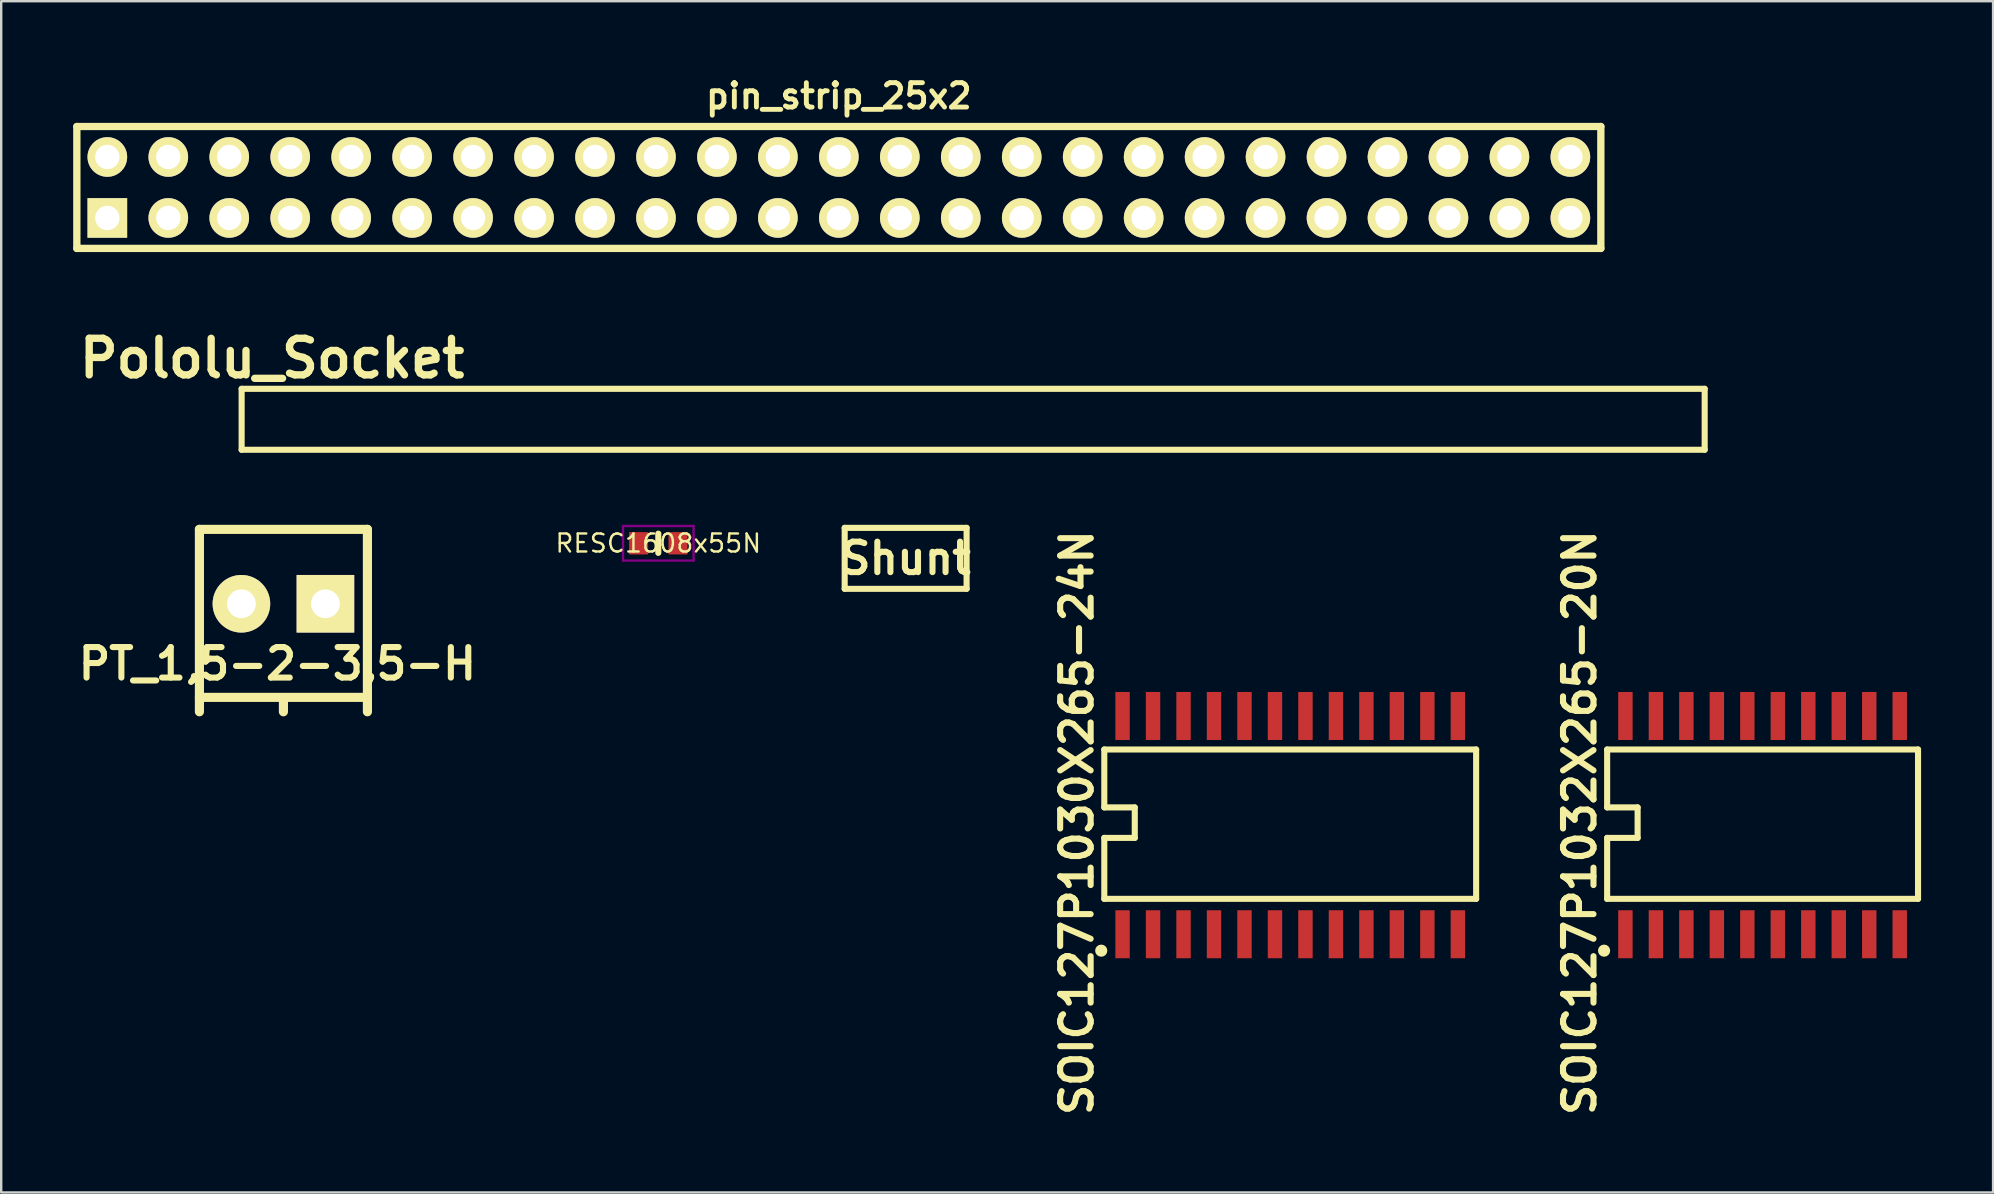
<source format=kicad_pcb>
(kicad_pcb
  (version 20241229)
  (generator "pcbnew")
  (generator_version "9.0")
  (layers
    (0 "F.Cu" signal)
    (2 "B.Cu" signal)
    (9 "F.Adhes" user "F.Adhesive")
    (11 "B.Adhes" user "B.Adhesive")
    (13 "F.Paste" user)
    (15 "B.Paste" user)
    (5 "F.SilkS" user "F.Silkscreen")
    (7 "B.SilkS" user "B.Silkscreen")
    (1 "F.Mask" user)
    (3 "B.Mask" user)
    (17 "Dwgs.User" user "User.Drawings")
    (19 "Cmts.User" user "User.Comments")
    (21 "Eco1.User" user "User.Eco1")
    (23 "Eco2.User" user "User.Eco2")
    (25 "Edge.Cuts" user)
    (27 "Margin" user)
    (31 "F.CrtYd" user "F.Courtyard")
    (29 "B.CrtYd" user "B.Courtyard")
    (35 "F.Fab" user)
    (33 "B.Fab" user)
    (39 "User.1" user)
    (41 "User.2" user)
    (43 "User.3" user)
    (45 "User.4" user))
  (footprint "SOIC127P1032X265-20N"
    (layer "F.Cu")
    (at 70.391 31.227)
    (property "Reference" "SOIC127P1032X265-20N" (at -7.62 0 90) (layer "F.SilkS") (effects (font (size 1.27 1.27) (thickness 0.254))))
    (attr smd)
    (fp_line (start -6.477 -3.048) (end 6.477 -3.048) (stroke (width 0.254) (type solid)) (layer "F.SilkS"))
    (fp_line (start -6.477 -0.635) (end -6.477 -3.048) (stroke (width 0.254) (type solid)) (layer "F.SilkS"))
    (fp_line (start -6.477 0.635) (end -5.207 0.635) (stroke (width 0.254) (type solid)) (layer "F.SilkS"))
    (fp_line (start -6.477 3.175) (end -6.477 0.635) (stroke (width 0.254) (type solid)) (layer "F.SilkS"))
    (fp_line (start -5.207 -0.635) (end -6.477 -0.635) (stroke (width 0.254) (type solid)) (layer "F.SilkS"))
    (fp_line (start -5.207 0.635) (end -5.207 -0.635) (stroke (width 0.254) (type solid)) (layer "F.SilkS"))
    (fp_line (start 6.477 -3.048) (end 6.477 3.175) (stroke (width 0.254) (type solid)) (layer "F.SilkS"))
    (fp_line (start 6.477 3.175) (end -6.477 3.175) (stroke (width 0.254) (type solid)) (layer "F.SilkS"))
    (fp_circle (center -6.604 5.334) (end -6.477 5.334) (stroke (width 0.254) (type solid)) (fill no) (layer "F.SilkS"))
    (pad "1" smd rect (at -5.715 4.65) (size 0.6 2) (layers "F.Cu" "F.Mask" "F.Paste"))
    (pad "2" smd rect (at -4.445 4.65) (size 0.6 2) (layers "F.Cu" "F.Mask" "F.Paste"))
    (pad "3" smd rect (at -3.175 4.65) (size 0.6 2) (layers "F.Cu" "F.Mask" "F.Paste"))
    (pad "4" smd rect (at -1.905 4.65) (size 0.6 2) (layers "F.Cu" "F.Mask" "F.Paste"))
    (pad "5" smd rect (at -0.635 4.65) (size 0.6 2) (layers "F.Cu" "F.Mask" "F.Paste"))
    (pad "6" smd rect (at 0.635 4.65) (size 0.6 2) (layers "F.Cu" "F.Mask" "F.Paste"))
    (pad "7" smd rect (at 1.905 4.65) (size 0.6 2) (layers "F.Cu" "F.Mask" "F.Paste"))
    (pad "8" smd rect (at 3.175 4.65) (size 0.6 2) (layers "F.Cu" "F.Mask" "F.Paste"))
    (pad "9" smd rect (at 4.445 4.65) (size 0.6 2) (layers "F.Cu" "F.Mask" "F.Paste"))
    (pad "10" smd rect (at 5.715 4.65) (size 0.6 2) (layers "F.Cu" "F.Mask" "F.Paste"))
    (pad "11" smd rect (at 5.715 -4.445) (size 0.6 2) (layers "F.Cu" "F.Mask" "F.Paste"))
    (pad "12" smd rect (at 4.445 -4.445) (size 0.6 2) (layers "F.Cu" "F.Mask" "F.Paste"))
    (pad "13" smd rect (at 3.175 -4.445) (size 0.6 2) (layers "F.Cu" "F.Mask" "F.Paste"))
    (pad "14" smd rect (at 1.905 -4.445) (size 0.6 2) (layers "F.Cu" "F.Mask" "F.Paste"))
    (pad "15" smd rect (at 0.635 -4.445) (size 0.6 2) (layers "F.Cu" "F.Mask" "F.Paste"))
    (pad "16" smd rect (at -0.635 -4.445) (size 0.6 2) (layers "F.Cu" "F.Mask" "F.Paste"))
    (pad "17" smd rect (at -1.905 -4.445) (size 0.6 2) (layers "F.Cu" "F.Mask" "F.Paste"))
    (pad "18" smd rect (at -3.175 -4.445) (size 0.6 2) (layers "F.Cu" "F.Mask" "F.Paste"))
    (pad "19" smd rect (at -4.445 -4.445) (size 0.6 2) (layers "F.Cu" "F.Mask" "F.Paste"))
    (pad "20" smd rect (at -5.715 -4.445) (size 0.6 2) (layers "F.Cu" "F.Mask" "F.Paste")))
  (footprint "Shunt"
    (layer "F.Cu")
    (at 34.685 20.214)
    (property "Reference" "Shunt" (at 0 0 0) (layer "F.SilkS") (effects (font (size 1.27 1.27) (thickness 0.254))))
    (attr through_hole)
    (fp_line (start -2.54 -1.27) (end 2.54 -1.27) (stroke (width 0.254) (type solid)) (layer "F.SilkS"))
    (fp_line (start -2.54 1.27) (end -2.54 -1.27) (stroke (width 0.254) (type solid)) (layer "F.SilkS"))
    (fp_line (start 2.54 -1.27) (end 2.54 1.27) (stroke (width 0.254) (type solid)) (layer "F.SilkS"))
    (fp_line (start 2.54 1.27) (end -2.54 1.27) (stroke (width 0.254) (type solid)) (layer "F.SilkS")))
  (footprint "PT_1,5-2-3,5-H"
    (layer "F.Cu")
    (at 10.509 22.107)
    (property "Reference" "PT_1,5-2-3,5-H" (at -2 2.5 0) (layer "F.SilkS") (effects (font (size 1.27 1.27) (thickness 0.254))))
    (attr through_hole)
    (fp_line (start -5.25 -3.1) (end -5.25 4.5) (stroke (width 0.381) (type solid)) (layer "F.SilkS"))
    (fp_line (start -5.25 3.9) (end 1.75 3.9) (stroke (width 0.381) (type solid)) (layer "F.SilkS"))
    (fp_line (start -1.75 4.1) (end -1.75 4.5) (stroke (width 0.381) (type solid)) (layer "F.SilkS"))
    (fp_line (start 1.75 -3.1) (end -5.25 -3.1) (stroke (width 0.381) (type solid)) (layer "F.SilkS"))
    (fp_line (start 1.75 4.5) (end 1.75 -3.1) (stroke (width 0.381) (type solid)) (layer "F.SilkS"))
    (pad "1" thru_hole rect (at 0 0) (size 2.4 2.4) (drill 1.2) (layers "*.Cu" "*.Mask" "F.SilkS"))
    (pad "2" thru_hole circle (at -3.5 0) (size 2.4 2.4) (drill 1.2) (layers "*.Cu" "*.Mask" "F.SilkS")))
  (footprint "pin_strip_25x2"
    (layer "F.Cu")
    (at 31.902 4.761)
    (property "Reference" "pin_strip_25x2" (at 0 -3.81 0) (layer "F.SilkS") (effects (font (size 1.016 1.016) (thickness 0.203))))
    (attr through_hole)
    (fp_line (start -31.75 -2.54) (end -31.75 2.54) (stroke (width 0.305) (type solid)) (layer "F.SilkS"))
    (fp_line (start -31.75 -2.54) (end 31.75 -2.54) (stroke (width 0.305) (type solid)) (layer "F.SilkS"))
    (fp_line (start 31.75 -2.54) (end 31.75 2.54) (stroke (width 0.305) (type solid)) (layer "F.SilkS"))
    (fp_line (start 31.75 2.54) (end -31.75 2.54) (stroke (width 0.305) (type solid)) (layer "F.SilkS"))
    (pad "1" thru_hole rect (at -30.48 1.27) (size 1.651 1.651) (drill 1.016) (layers "*.Cu" "*.Mask" "F.SilkS"))
    (pad "2" thru_hole circle (at -30.48 -1.27) (size 1.651 1.651) (drill 1.016) (layers "*.Cu" "*.Mask" "F.SilkS"))
    (pad "3" thru_hole circle (at -27.94 1.27) (size 1.651 1.651) (drill 1.016) (layers "*.Cu" "*.Mask" "F.SilkS"))
    (pad "4" thru_hole circle (at -27.94 -1.27) (size 1.651 1.651) (drill 1.016) (layers "*.Cu" "*.Mask" "F.SilkS"))
    (pad "5" thru_hole circle (at -25.4 1.27) (size 1.651 1.651) (drill 1.016) (layers "*.Cu" "*.Mask" "F.SilkS"))
    (pad "6" thru_hole circle (at -25.4 -1.27) (size 1.651 1.651) (drill 1.016) (layers "*.Cu" "*.Mask" "F.SilkS"))
    (pad "7" thru_hole circle (at -22.86 1.27) (size 1.651 1.651) (drill 1.016) (layers "*.Cu" "*.Mask" "F.SilkS"))
    (pad "8" thru_hole circle (at -22.86 -1.27) (size 1.651 1.651) (drill 1.016) (layers "*.Cu" "*.Mask" "F.SilkS"))
    (pad "9" thru_hole circle (at -20.32 1.27) (size 1.651 1.651) (drill 1.016) (layers "*.Cu" "*.Mask" "F.SilkS"))
    (pad "10" thru_hole circle (at -20.32 -1.27) (size 1.651 1.651) (drill 1.016) (layers "*.Cu" "*.Mask" "F.SilkS"))
    (pad "11" thru_hole circle (at -17.78 1.27) (size 1.651 1.651) (drill 1.016) (layers "*.Cu" "*.Mask" "F.SilkS"))
    (pad "12" thru_hole circle (at -17.78 -1.27) (size 1.651 1.651) (drill 1.016) (layers "*.Cu" "*.Mask" "F.SilkS"))
    (pad "13" thru_hole circle (at -15.24 1.27) (size 1.651 1.651) (drill 1.016) (layers "*.Cu" "*.Mask" "F.SilkS"))
    (pad "14" thru_hole circle (at -15.24 -1.27) (size 1.651 1.651) (drill 1.016) (layers "*.Cu" "*.Mask" "F.SilkS"))
    (pad "15" thru_hole circle (at -12.7 1.27) (size 1.651 1.651) (drill 1.016) (layers "*.Cu" "*.Mask" "F.SilkS"))
    (pad "16" thru_hole circle (at -12.7 -1.27) (size 1.651 1.651) (drill 1.016) (layers "*.Cu" "*.Mask" "F.SilkS"))
    (pad "17" thru_hole circle (at -10.16 1.27) (size 1.651 1.651) (drill 1.016) (layers "*.Cu" "*.Mask" "F.SilkS"))
    (pad "18" thru_hole circle (at -10.16 -1.27) (size 1.651 1.651) (drill 1.016) (layers "*.Cu" "*.Mask" "F.SilkS"))
    (pad "19" thru_hole circle (at -7.62 1.27) (size 1.651 1.651) (drill 1.016) (layers "*.Cu" "*.Mask" "F.SilkS"))
    (pad "20" thru_hole circle (at -7.62 -1.27) (size 1.651 1.651) (drill 1.016) (layers "*.Cu" "*.Mask" "F.SilkS"))
    (pad "21" thru_hole circle (at -5.08 1.27) (size 1.651 1.651) (drill 1.016) (layers "*.Cu" "*.Mask" "F.SilkS"))
    (pad "22" thru_hole circle (at -5.08 -1.27) (size 1.651 1.651) (drill 1.016) (layers "*.Cu" "*.Mask" "F.SilkS"))
    (pad "23" thru_hole circle (at -2.54 1.27) (size 1.651 1.651) (drill 1.016) (layers "*.Cu" "*.Mask" "F.SilkS"))
    (pad "24" thru_hole circle (at -2.54 -1.27) (size 1.651 1.651) (drill 1.016) (layers "*.Cu" "*.Mask" "F.SilkS"))
    (pad "25" thru_hole circle (at 0 1.27) (size 1.651 1.651) (drill 1.016) (layers "*.Cu" "*.Mask" "F.SilkS"))
    (pad "26" thru_hole circle (at 0 -1.27) (size 1.651 1.651) (drill 1.016) (layers "*.Cu" "*.Mask" "F.SilkS"))
    (pad "27" thru_hole circle (at 2.54 1.27) (size 1.651 1.651) (drill 1.016) (layers "*.Cu" "*.Mask" "F.SilkS"))
    (pad "28" thru_hole circle (at 2.54 -1.27) (size 1.651 1.651) (drill 1.016) (layers "*.Cu" "*.Mask" "F.SilkS"))
    (pad "29" thru_hole circle (at 5.08 1.27) (size 1.651 1.651) (drill 1.016) (layers "*.Cu" "*.Mask" "F.SilkS"))
    (pad "30" thru_hole circle (at 5.08 -1.27) (size 1.651 1.651) (drill 1.016) (layers "*.Cu" "*.Mask" "F.SilkS"))
    (pad "31" thru_hole circle (at 7.62 1.27) (size 1.651 1.651) (drill 1.016) (layers "*.Cu" "*.Mask" "F.SilkS"))
    (pad "32" thru_hole circle (at 7.62 -1.27) (size 1.651 1.651) (drill 1.016) (layers "*.Cu" "*.Mask" "F.SilkS"))
    (pad "33" thru_hole circle (at 10.16 1.27) (size 1.651 1.651) (drill 1.016) (layers "*.Cu" "*.Mask" "F.SilkS"))
    (pad "34" thru_hole circle (at 10.16 -1.27) (size 1.651 1.651) (drill 1.016) (layers "*.Cu" "*.Mask" "F.SilkS"))
    (pad "35" thru_hole circle (at 12.7 1.27) (size 1.651 1.651) (drill 1.016) (layers "*.Cu" "*.Mask" "F.SilkS"))
    (pad "36" thru_hole circle (at 12.7 -1.27) (size 1.651 1.651) (drill 1.016) (layers "*.Cu" "*.Mask" "F.SilkS"))
    (pad "37" thru_hole circle (at 15.24 1.27) (size 1.651 1.651) (drill 1.016) (layers "*.Cu" "*.Mask" "F.SilkS"))
    (pad "38" thru_hole circle (at 15.24 -1.27) (size 1.651 1.651) (drill 1.016) (layers "*.Cu" "*.Mask" "F.SilkS"))
    (pad "39" thru_hole circle (at 17.78 1.27) (size 1.651 1.651) (drill 1.016) (layers "*.Cu" "*.Mask" "F.SilkS"))
    (pad "40" thru_hole circle (at 17.78 -1.27) (size 1.651 1.651) (drill 1.016) (layers "*.Cu" "*.Mask" "F.SilkS"))
    (pad "41" thru_hole circle (at 20.32 1.27) (size 1.651 1.651) (drill 1.016) (layers "*.Cu" "*.Mask" "F.SilkS"))
    (pad "42" thru_hole circle (at 20.32 -1.27) (size 1.651 1.651) (drill 1.016) (layers "*.Cu" "*.Mask" "F.SilkS"))
    (pad "43" thru_hole circle (at 22.86 1.27) (size 1.651 1.651) (drill 1.016) (layers "*.Cu" "*.Mask" "F.SilkS"))
    (pad "44" thru_hole circle (at 22.86 -1.27) (size 1.651 1.651) (drill 1.016) (layers "*.Cu" "*.Mask" "F.SilkS"))
    (pad "45" thru_hole circle (at 25.4 1.27) (size 1.651 1.651) (drill 1.016) (layers "*.Cu" "*.Mask" "F.SilkS"))
    (pad "46" thru_hole circle (at 25.4 -1.27) (size 1.651 1.651) (drill 1.016) (layers "*.Cu" "*.Mask" "F.SilkS"))
    (pad "47" thru_hole circle (at 27.94 1.27) (size 1.651 1.651) (drill 1.016) (layers "*.Cu" "*.Mask" "F.SilkS"))
    (pad "48" thru_hole circle (at 27.94 -1.27) (size 1.651 1.651) (drill 1.016) (layers "*.Cu" "*.Mask" "F.SilkS"))
    (pad "49" thru_hole circle (at 30.48 1.27) (size 1.651 1.651) (drill 1.016) (layers "*.Cu" "*.Mask" "F.SilkS"))
    (pad "50" thru_hole circle (at 30.48 -1.27) (size 1.651 1.651) (drill 1.016) (layers "*.Cu" "*.Mask" "F.SilkS")))
  (footprint "RESC1608x55N"
    (layer "F.Cu")
    (at 24.379 19.587)
    (property "Reference" "RESC1608x55N" (at 0 0 0) (layer "F.SilkS") (effects (font (size 0.75 0.75) (thickness 0.1))))
    (attr smd)
    (fp_line (start 0 -0.4) (end 0 0.4) (stroke (width 0.254) (type solid)) (layer "F.SilkS"))
    (fp_line (start -1.47 -0.72) (end 1.47 -0.72) (stroke (width 0.1) (type solid)) (layer "F.Adhes"))
    (fp_line (start -1.47 0.72) (end -1.47 -0.72) (stroke (width 0.1) (type solid)) (layer "F.Adhes"))
    (fp_line (start 1.47 -0.72) (end 1.47 0.72) (stroke (width 0.1) (type solid)) (layer "F.Adhes"))
    (fp_line (start 1.47 0.72) (end -1.47 0.72) (stroke (width 0.1) (type solid)) (layer "F.Adhes"))
    (pad "1" smd rect (at -0.82 0) (size 0.79 0.93) (layers "F.Cu" "F.Mask" "F.Paste"))
    (pad "2" smd rect (at 0.82 0) (size 0.79 0.93) (layers "F.Cu" "F.Mask" "F.Paste")))
  (footprint "SOIC127P1030X265-24N"
    (layer "F.Cu")
    (at 50.709 31.227)
    (property "Reference" "SOIC127P1030X265-24N" (at -8.89 0 90) (layer "F.SilkS") (effects (font (size 1.27 1.27) (thickness 0.254))))
    (attr smd)
    (fp_line (start -7.747 -3.048) (end 7.747 -3.048) (stroke (width 0.254) (type solid)) (layer "F.SilkS"))
    (fp_line (start -7.747 -0.635) (end -7.747 -3.048) (stroke (width 0.254) (type solid)) (layer "F.SilkS"))
    (fp_line (start -7.747 0.635) (end -6.477 0.635) (stroke (width 0.254) (type solid)) (layer "F.SilkS"))
    (fp_line (start -7.747 3.175) (end -7.747 0.635) (stroke (width 0.254) (type solid)) (layer "F.SilkS"))
    (fp_line (start -6.477 -0.635) (end -7.747 -0.635) (stroke (width 0.254) (type solid)) (layer "F.SilkS"))
    (fp_line (start -6.477 0.635) (end -6.477 -0.635) (stroke (width 0.254) (type solid)) (layer "F.SilkS"))
    (fp_line (start 7.747 -3.048) (end 7.747 3.175) (stroke (width 0.254) (type solid)) (layer "F.SilkS"))
    (fp_line (start 7.747 3.175) (end -7.747 3.175) (stroke (width 0.254) (type solid)) (layer "F.SilkS"))
    (fp_circle (center -7.874 5.334) (end -7.747 5.334) (stroke (width 0.254) (type solid)) (fill no) (layer "F.SilkS"))
    (pad "1" smd rect (at -6.985 4.65) (size 0.6 2) (layers "F.Cu" "F.Mask" "F.Paste"))
    (pad "2" smd rect (at -5.715 4.65) (size 0.6 2) (layers "F.Cu" "F.Mask" "F.Paste"))
    (pad "3" smd rect (at -4.445 4.65) (size 0.6 2) (layers "F.Cu" "F.Mask" "F.Paste"))
    (pad "4" smd rect (at -3.175 4.65) (size 0.6 2) (layers "F.Cu" "F.Mask" "F.Paste"))
    (pad "5" smd rect (at -1.905 4.65) (size 0.6 2) (layers "F.Cu" "F.Mask" "F.Paste"))
    (pad "6" smd rect (at -0.635 4.65) (size 0.6 2) (layers "F.Cu" "F.Mask" "F.Paste"))
    (pad "7" smd rect (at 0.635 4.65) (size 0.6 2) (layers "F.Cu" "F.Mask" "F.Paste"))
    (pad "8" smd rect (at 1.905 4.65) (size 0.6 2) (layers "F.Cu" "F.Mask" "F.Paste"))
    (pad "9" smd rect (at 3.175 4.65) (size 0.6 2) (layers "F.Cu" "F.Mask" "F.Paste"))
    (pad "10" smd rect (at 4.445 4.65) (size 0.6 2) (layers "F.Cu" "F.Mask" "F.Paste"))
    (pad "11" smd rect (at 5.715 4.65) (size 0.6 2) (layers "F.Cu" "F.Mask" "F.Paste"))
    (pad "12" smd rect (at 6.985 4.65) (size 0.6 2) (layers "F.Cu" "F.Mask" "F.Paste"))
    (pad "13" smd rect (at 6.985 -4.445) (size 0.6 2) (layers "F.Cu" "F.Mask" "F.Paste"))
    (pad "14" smd rect (at 5.715 -4.445) (size 0.6 2) (layers "F.Cu" "F.Mask" "F.Paste"))
    (pad "15" smd rect (at 4.445 -4.445) (size 0.6 2) (layers "F.Cu" "F.Mask" "F.Paste"))
    (pad "16" smd rect (at 3.175 -4.445) (size 0.6 2) (layers "F.Cu" "F.Mask" "F.Paste"))
    (pad "17" smd rect (at 1.905 -4.445) (size 0.6 2) (layers "F.Cu" "F.Mask" "F.Paste"))
    (pad "18" smd rect (at 0.635 -4.445) (size 0.6 2) (layers "F.Cu" "F.Mask" "F.Paste"))
    (pad "19" smd rect (at -0.635 -4.445) (size 0.6 2) (layers "F.Cu" "F.Mask" "F.Paste"))
    (pad "20" smd rect (at -1.905 -4.445) (size 0.6 2) (layers "F.Cu" "F.Mask" "F.Paste"))
    (pad "21" smd rect (at -3.175 -4.445) (size 0.6 2) (layers "F.Cu" "F.Mask" "F.Paste"))
    (pad "22" smd rect (at -4.445 -4.445) (size 0.6 2) (layers "F.Cu" "F.Mask" "F.Paste"))
    (pad "23" smd rect (at -5.715 -4.445) (size 0.6 2) (layers "F.Cu" "F.Mask" "F.Paste"))
    (pad "24" smd rect (at -6.985 -4.445) (size 0.6 2) (layers "F.Cu" "F.Mask" "F.Paste")))
  (footprint "Pololu_Socket"
    (layer "F.Cu")
    (at 8.288 14.42)
    (property "Reference" "Pololu_Socket" (at 0 -2.54 0) (layer "F.SilkS") (effects (font (size 1.524 1.524) (thickness 0.305))))
    (attr through_hole)
    (fp_line (start -1.27 -1.27) (end 59.69 -1.27) (stroke (width 0.254) (type solid)) (layer "F.SilkS"))
    (fp_line (start -1.27 1.27) (end -1.27 -1.27) (stroke (width 0.254) (type solid)) (layer "F.SilkS"))
    (fp_line (start 59.69 -1.27) (end 59.69 1.27) (stroke (width 0.254) (type solid)) (layer "F.SilkS"))
    (fp_line (start 59.69 1.27) (end -1.27 1.27) (stroke (width 0.254) (type solid)) (layer "F.SilkS")))
  (gr_rect
    (start -3 -3)
    (end 79.995 46.636)
    (stroke (width 0.1) (type default))
    (fill no)
    (layer "Edge.Cuts")))
</source>
